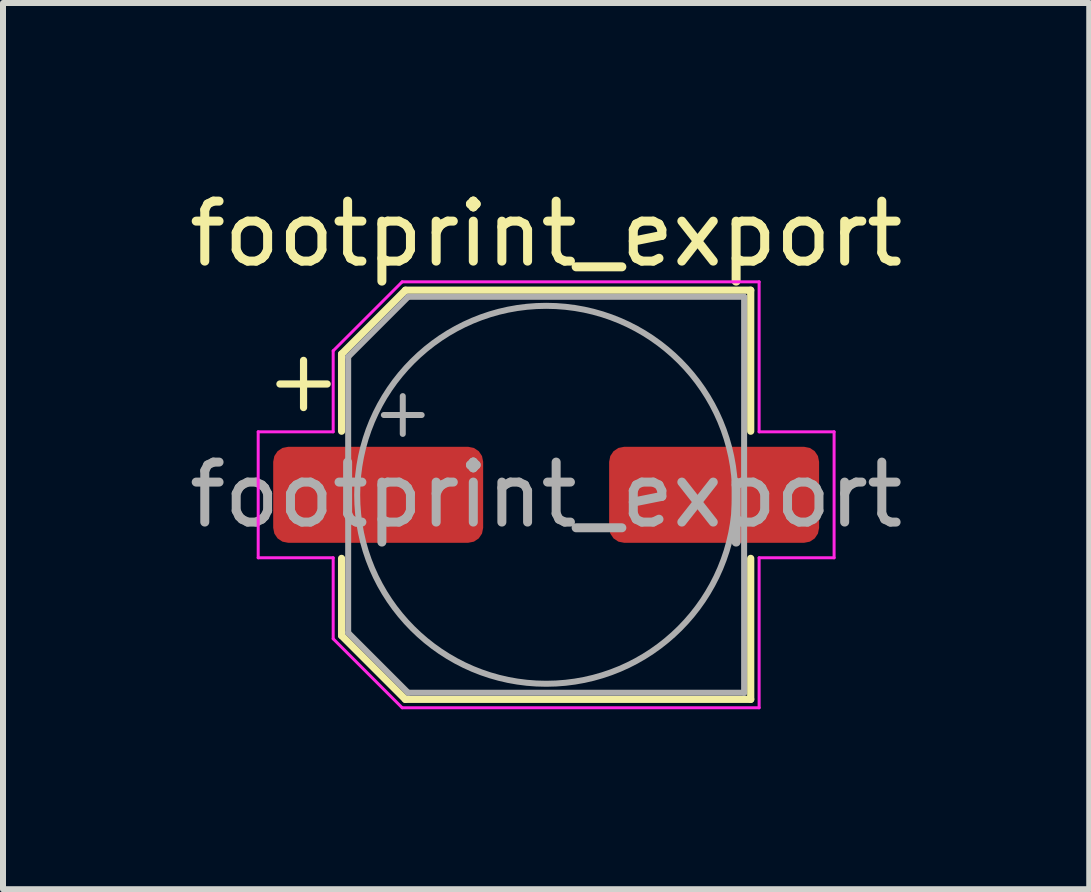
<source format=kicad_pcb>
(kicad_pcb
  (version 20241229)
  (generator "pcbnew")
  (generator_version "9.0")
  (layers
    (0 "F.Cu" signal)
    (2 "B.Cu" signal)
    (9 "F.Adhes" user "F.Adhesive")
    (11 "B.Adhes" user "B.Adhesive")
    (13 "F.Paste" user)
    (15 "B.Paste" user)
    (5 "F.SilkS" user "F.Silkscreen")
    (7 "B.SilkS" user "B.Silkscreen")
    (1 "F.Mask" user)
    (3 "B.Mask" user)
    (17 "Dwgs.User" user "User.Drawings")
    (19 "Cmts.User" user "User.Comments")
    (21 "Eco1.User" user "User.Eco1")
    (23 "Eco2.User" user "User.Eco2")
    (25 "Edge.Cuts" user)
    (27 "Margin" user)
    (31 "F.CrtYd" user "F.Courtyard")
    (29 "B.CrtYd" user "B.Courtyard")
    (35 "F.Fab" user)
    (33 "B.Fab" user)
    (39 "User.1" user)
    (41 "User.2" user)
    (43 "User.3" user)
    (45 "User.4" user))
  (footprint "footprint_export"
    (layer "F.Cu")
    (at 6.054 5.198)
    (property "Reference" "footprint_export" (at 0 -4.35 0) (layer "F.SilkS") (effects (font (size 1 1) (thickness 0.15))))
    (attr smd)
    (fp_line (start -4.438 -1.847) (end -3.65 -1.847) (stroke (width 0.12) (type solid)) (layer "F.SilkS"))
    (fp_line (start -4.044 -2.241) (end -4.044 -1.454) (stroke (width 0.12) (type solid)) (layer "F.SilkS"))
    (fp_line (start -3.41 -2.346) (end -3.41 -1.06) (stroke (width 0.12) (type solid)) (layer "F.SilkS"))
    (fp_line (start -3.41 -2.346) (end -2.346 -3.41) (stroke (width 0.12) (type solid)) (layer "F.SilkS"))
    (fp_line (start -3.41 2.346) (end -3.41 1.06) (stroke (width 0.12) (type solid)) (layer "F.SilkS"))
    (fp_line (start -3.41 2.346) (end -2.346 3.41) (stroke (width 0.12) (type solid)) (layer "F.SilkS"))
    (fp_line (start -2.346 -3.41) (end 3.41 -3.41) (stroke (width 0.12) (type solid)) (layer "F.SilkS"))
    (fp_line (start -2.346 3.41) (end 3.41 3.41) (stroke (width 0.12) (type solid)) (layer "F.SilkS"))
    (fp_line (start 3.41 -3.41) (end 3.41 -1.06) (stroke (width 0.12) (type solid)) (layer "F.SilkS"))
    (fp_line (start 3.41 3.41) (end 3.41 1.06) (stroke (width 0.12) (type solid)) (layer "F.SilkS"))
    (fp_line (start -4.8 -1.05) (end -4.8 1.05) (stroke (width 0.05) (type solid)) (layer "F.CrtYd"))
    (fp_line (start -4.8 1.05) (end -3.55 1.05) (stroke (width 0.05) (type solid)) (layer "F.CrtYd"))
    (fp_line (start -3.55 -2.4) (end -3.55 -1.05) (stroke (width 0.05) (type solid)) (layer "F.CrtYd"))
    (fp_line (start -3.55 -2.4) (end -2.4 -3.55) (stroke (width 0.05) (type solid)) (layer "F.CrtYd"))
    (fp_line (start -3.55 -1.05) (end -4.8 -1.05) (stroke (width 0.05) (type solid)) (layer "F.CrtYd"))
    (fp_line (start -3.55 1.05) (end -3.55 2.4) (stroke (width 0.05) (type solid)) (layer "F.CrtYd"))
    (fp_line (start -3.55 2.4) (end -2.4 3.55) (stroke (width 0.05) (type solid)) (layer "F.CrtYd"))
    (fp_line (start -2.4 -3.55) (end 3.55 -3.55) (stroke (width 0.05) (type solid)) (layer "F.CrtYd"))
    (fp_line (start -2.4 3.55) (end 3.55 3.55) (stroke (width 0.05) (type solid)) (layer "F.CrtYd"))
    (fp_line (start 3.55 -3.55) (end 3.55 -1.05) (stroke (width 0.05) (type solid)) (layer "F.CrtYd"))
    (fp_line (start 3.55 -1.05) (end 4.8 -1.05) (stroke (width 0.05) (type solid)) (layer "F.CrtYd"))
    (fp_line (start 3.55 1.05) (end 3.55 3.55) (stroke (width 0.05) (type solid)) (layer "F.CrtYd"))
    (fp_line (start 4.8 -1.05) (end 4.8 1.05) (stroke (width 0.05) (type solid)) (layer "F.CrtYd"))
    (fp_line (start 4.8 1.05) (end 3.55 1.05) (stroke (width 0.05) (type solid)) (layer "F.CrtYd"))
    (fp_line (start -3.3 -2.3) (end -3.3 2.3) (stroke (width 0.1) (type solid)) (layer "F.Fab"))
    (fp_line (start -3.3 -2.3) (end -2.3 -3.3) (stroke (width 0.1) (type solid)) (layer "F.Fab"))
    (fp_line (start -3.3 2.3) (end -2.3 3.3) (stroke (width 0.1) (type solid)) (layer "F.Fab"))
    (fp_line (start -2.705 -1.33) (end -2.075 -1.33) (stroke (width 0.1) (type solid)) (layer "F.Fab"))
    (fp_line (start -2.39 -1.645) (end -2.39 -1.015) (stroke (width 0.1) (type solid)) (layer "F.Fab"))
    (fp_line (start -2.3 -3.3) (end 3.3 -3.3) (stroke (width 0.1) (type solid)) (layer "F.Fab"))
    (fp_line (start -2.3 3.3) (end 3.3 3.3) (stroke (width 0.1) (type solid)) (layer "F.Fab"))
    (fp_line (start 3.3 -3.3) (end 3.3 3.3) (stroke (width 0.1) (type solid)) (layer "F.Fab"))
    (fp_circle (center 0 0) (end 3.15 0) (stroke (width 0.1) (type solid)) (fill no) (layer "F.Fab"))
    (fp_text user "${REFERENCE}" (at 0 0 0) (layer "F.Fab") (effects (font (size 1 1) (thickness 0.15))))
    (pad "1" smd roundrect (at -2.8 0) (size 3.5 1.6) (layers "F.Cu" "F.Mask" "F.Paste") (roundrect_rratio 0.156))
    (pad "2" smd roundrect (at 2.8 0) (size 3.5 1.6) (layers "F.Cu" "F.Mask" "F.Paste") (roundrect_rratio 0.156)))
  (gr_rect
    (start -3 -3)
    (end 15.107 11.773)
    (stroke (width 0.1) (type default))
    (fill no)
    (layer "Edge.Cuts")))
</source>
